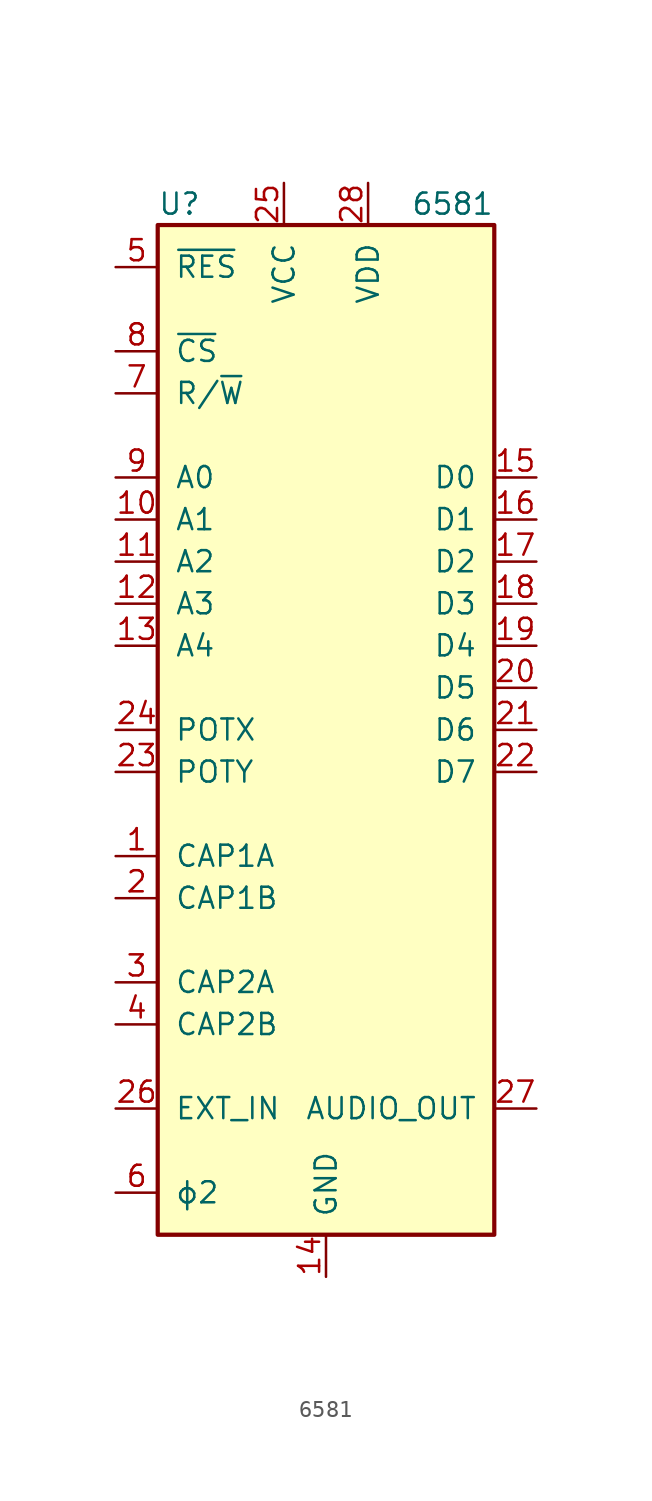
<source format=kicad_sym>
(kicad_symbol_lib
  (version 20220914)
  (generator kicad_symbol_editor)
  (symbol "6581"
    (pin_names
      (offset 1.016))
    (property "Reference" "U"
      (at -10.16 31.75 0)
      (effects (font (size 1.27 1.27)) (justify left)))
    (property "Value" "6581"
      (at 10.16 31.75 0)
      (effects (font (size 1.27 1.27)) (justify right)))
    (symbol "6581_0_1"
      (rectangle (start -10.16 30.48) (end 10.16 -30.48) (stroke (width 0.254) (type default)) (fill (type background))))
    (symbol "6581_1_1"
      (pin passive line (at -12.7 -7.62 0) (length 2.54) (name "CAP1A" (effects (font (size 1.27 1.27)))) (number "1" (effects (font (size 1.27 1.27)))))
      (pin input line (at -12.7 12.7 0) (length 2.54) (name "A1" (effects (font (size 1.27 1.27)))) (number "10" (effects (font (size 1.27 1.27)))))
      (pin input line (at -12.7 10.16 0) (length 2.54) (name "A2" (effects (font (size 1.27 1.27)))) (number "11" (effects (font (size 1.27 1.27)))))
      (pin input line (at -12.7 7.62 0) (length 2.54) (name "A3" (effects (font (size 1.27 1.27)))) (number "12" (effects (font (size 1.27 1.27)))))
      (pin input line (at -12.7 5.08 0) (length 2.54) (name "A4" (effects (font (size 1.27 1.27)))) (number "13" (effects (font (size 1.27 1.27)))))
      (pin power_in line (at 0 -33.02 90) (length 2.54) (name "GND" (effects (font (size 1.27 1.27)))) (number "14" (effects (font (size 1.27 1.27)))))
      (pin bidirectional line (at 12.7 15.24 180) (length 2.54) (name "D0" (effects (font (size 1.27 1.27)))) (number "15" (effects (font (size 1.27 1.27)))))
      (pin bidirectional line (at 12.7 12.7 180) (length 2.54) (name "D1" (effects (font (size 1.27 1.27)))) (number "16" (effects (font (size 1.27 1.27)))))
      (pin bidirectional line (at 12.7 10.16 180) (length 2.54) (name "D2" (effects (font (size 1.27 1.27)))) (number "17" (effects (font (size 1.27 1.27)))))
      (pin bidirectional line (at 12.7 7.62 180) (length 2.54) (name "D3" (effects (font (size 1.27 1.27)))) (number "18" (effects (font (size 1.27 1.27)))))
      (pin bidirectional line (at 12.7 5.08 180) (length 2.54) (name "D4" (effects (font (size 1.27 1.27)))) (number "19" (effects (font (size 1.27 1.27)))))
      (pin passive line (at -12.7 -10.16 0) (length 2.54) (name "CAP1B" (effects (font (size 1.27 1.27)))) (number "2" (effects (font (size 1.27 1.27)))))
      (pin bidirectional line (at 12.7 2.54 180) (length 2.54) (name "D5" (effects (font (size 1.27 1.27)))) (number "20" (effects (font (size 1.27 1.27)))))
      (pin bidirectional line (at 12.7 0 180) (length 2.54) (name "D6" (effects (font (size 1.27 1.27)))) (number "21" (effects (font (size 1.27 1.27)))))
      (pin bidirectional line (at 12.7 -2.54 180) (length 2.54) (name "D7" (effects (font (size 1.27 1.27)))) (number "22" (effects (font (size 1.27 1.27)))))
      (pin passive line (at -12.7 -2.54 0) (length 2.54) (name "POTY" (effects (font (size 1.27 1.27)))) (number "23" (effects (font (size 1.27 1.27)))))
      (pin passive line (at -12.7 0 0) (length 2.54) (name "POTX" (effects (font (size 1.27 1.27)))) (number "24" (effects (font (size 1.27 1.27)))))
      (pin power_in line (at -2.54 33.02 270) (length 2.54) (name "VCC" (effects (font (size 1.27 1.27)))) (number "25" (effects (font (size 1.27 1.27)))))
      (pin passive line (at -12.7 -22.86 0) (length 2.54) (name "EXT_IN" (effects (font (size 1.27 1.27)))) (number "26" (effects (font (size 1.27 1.27)))))
      (pin passive line (at 12.7 -22.86 180) (length 2.54) (name "AUDIO_OUT" (effects (font (size 1.27 1.27)))) (number "27" (effects (font (size 1.27 1.27)))))
      (pin power_in line (at 2.54 33.02 270) (length 2.54) (name "VDD" (effects (font (size 1.27 1.27)))) (number "28" (effects (font (size 1.27 1.27)))))
      (pin passive line (at -12.7 -15.24 0) (length 2.54) (name "CAP2A" (effects (font (size 1.27 1.27)))) (number "3" (effects (font (size 1.27 1.27)))))
      (pin passive line (at -12.7 -17.78 0) (length 2.54) (name "CAP2B" (effects (font (size 1.27 1.27)))) (number "4" (effects (font (size 1.27 1.27)))))
      (pin input line (at -12.7 27.94 0) (length 2.54) (name "~{RES}" (effects (font (size 1.27 1.27)))) (number "5" (effects (font (size 1.27 1.27)))))
      (pin input line (at -12.7 -27.94 0) (length 2.54) (name "ϕ2" (effects (font (size 1.27 1.27)))) (number "6" (effects (font (size 1.27 1.27)))))
      (pin input line (at -12.7 20.32 0) (length 2.54) (name "R/~{W}" (effects (font (size 1.27 1.27)))) (number "7" (effects (font (size 1.27 1.27)))))
      (pin input line (at -12.7 22.86 0) (length 2.54) (name "~{CS}" (effects (font (size 1.27 1.27)))) (number "8" (effects (font (size 1.27 1.27)))))
      (pin input line (at -12.7 15.24 0) (length 2.54) (name "A0" (effects (font (size 1.27 1.27)))) (number "9" (effects (font (size 1.27 1.27))))))))
</source>
